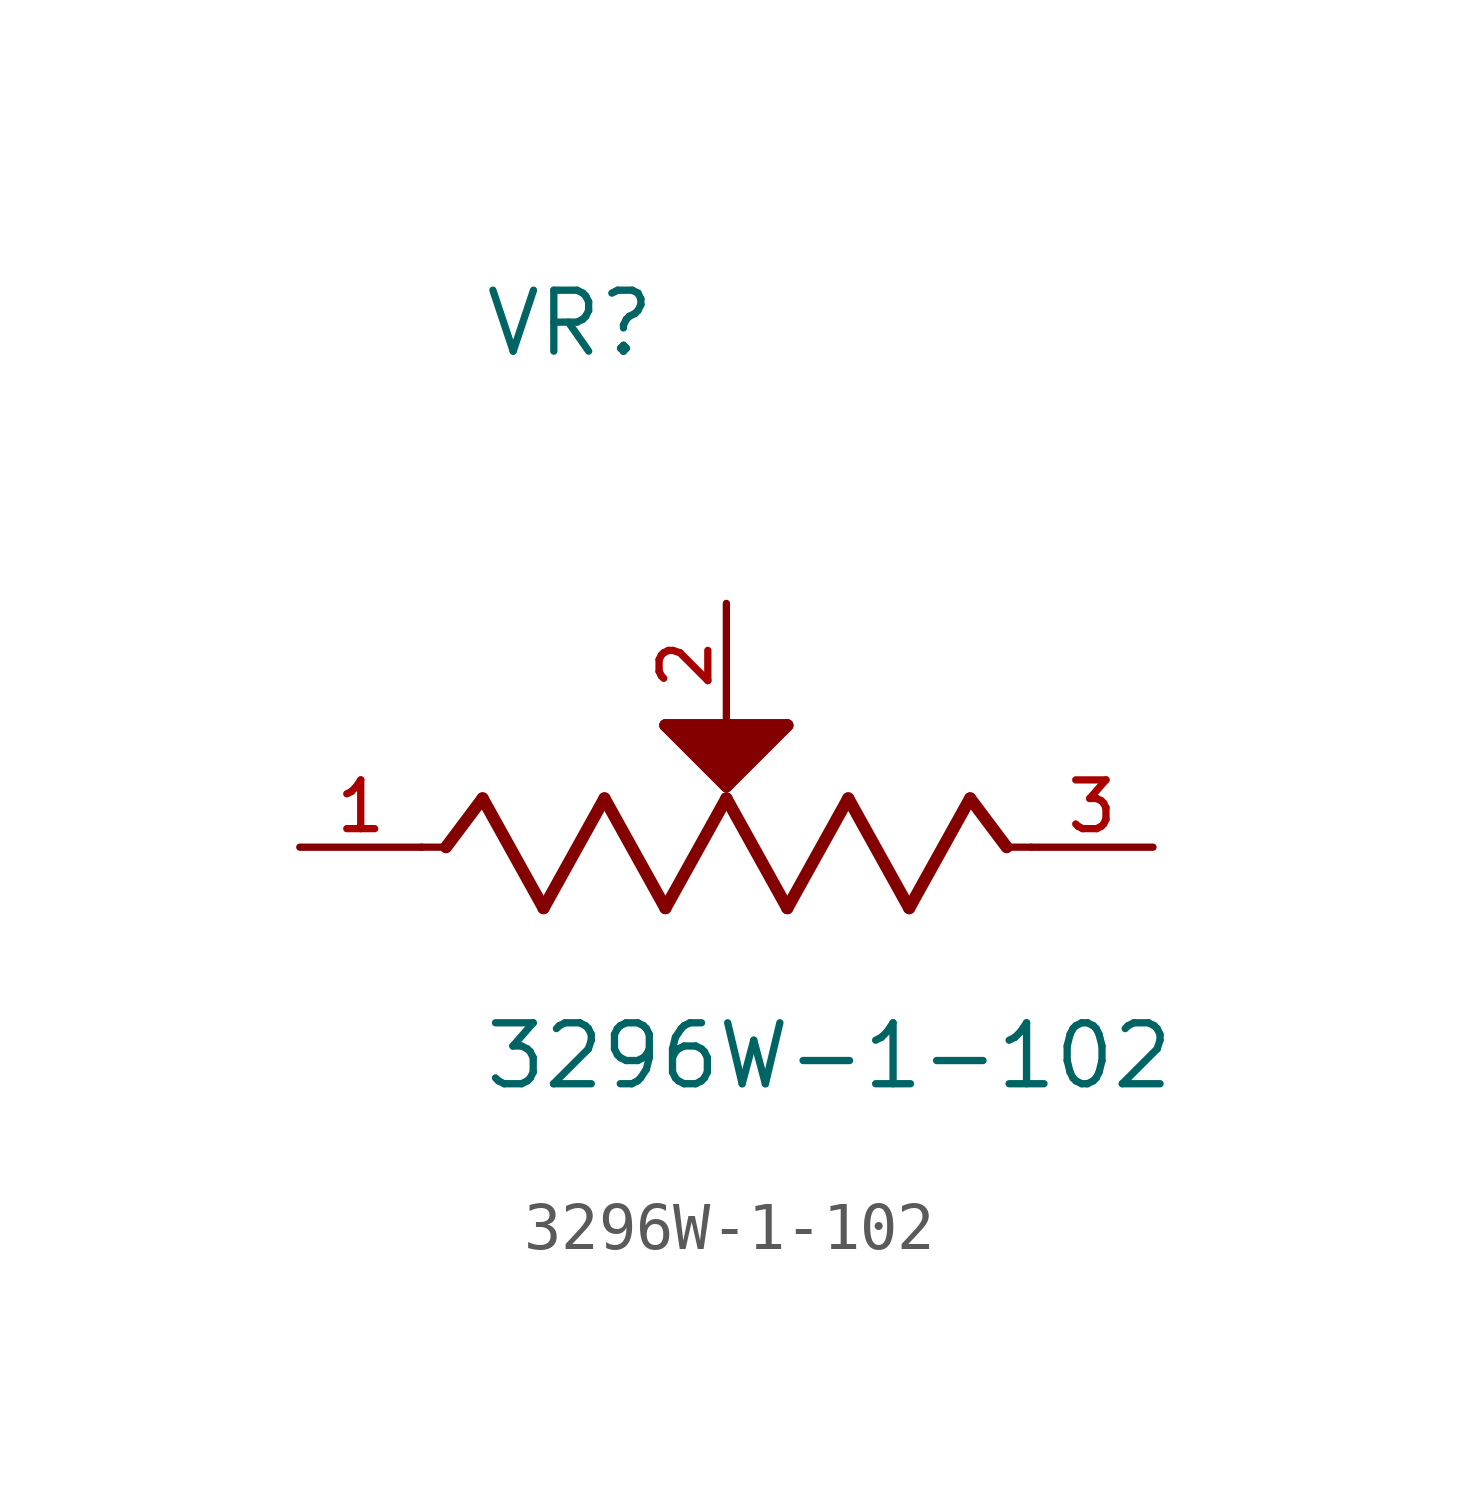
<source format=kicad_sym>
(kicad_symbol_lib
  (version 20211014)
  (generator kicad_symbol_editor)
  (symbol "3296W-1-102"
    (pin_names
      (offset 1.016))
    (property "Reference" "VR"
      (at -5.087 10.174 0)
      (effects (font (size 1.27 1.27)) (justify bottom left)))
    (property "Value" "3296W-1-102"
      (at -5.093 -5.093 0)
      (effects (font (size 1.27 1.27)) (justify bottom left)))
    (symbol "3296W-1-102_0_0"
      (polyline (pts (xy -6.35 0.0) (xy -5.842 0.0)) (stroke (width 0.152)))
      (polyline (pts (xy -5.842 0.0) (xy -5.08 1.016)) (stroke (width 0.254)))
      (polyline (pts (xy -5.08 1.016) (xy -3.81 -1.27)) (stroke (width 0.254)))
      (polyline (pts (xy -3.81 -1.27) (xy -2.54 1.016)) (stroke (width 0.254)))
      (polyline (pts (xy -2.54 1.016) (xy -1.27 -1.27)) (stroke (width 0.254)))
      (polyline (pts (xy -1.27 -1.27) (xy 0.0 1.016)) (stroke (width 0.254)))
      (polyline (pts (xy 0.0 1.016) (xy 1.27 -1.27)) (stroke (width 0.254)))
      (polyline (pts (xy 1.27 -1.27) (xy 2.54 1.016)) (stroke (width 0.254)))
      (polyline (pts (xy 2.54 1.016) (xy 3.81 -1.27)) (stroke (width 0.254)))
      (polyline (pts (xy 3.81 -1.27) (xy 5.08 1.016)) (stroke (width 0.254)))
      (polyline (pts (xy 5.842 0.0) (xy 5.08 1.016)) (stroke (width 0.254)))
      (polyline (pts (xy 5.842 0.0) (xy 6.35 0.0)) (stroke (width 0.152)))
      (polyline (pts (xy 0.0 1.27) (xy -1.27 2.54)) (stroke (width 0.254)))
      (polyline (pts (xy -1.27 2.54) (xy 1.27 2.54)) (stroke (width 0.254)))
      (polyline (pts (xy 1.27 2.54) (xy 0.0 1.27)) (stroke (width 0.254)))
      (polyline (pts (xy -1.27 2.54) (xy 1.27 2.54) (xy 0.0 1.27) (xy -1.27 2.54)) (stroke (width 0.254)) (fill (type outline)))
      (pin passive line (at -8.89 0.0 0) (length 2.54) (name "~" (effects (font (size 1.016 1.016)))) (number "1" (effects (font (size 1.016 1.016)))))
      (pin passive line (at 8.89 0.0 180.0) (length 2.54) (name "~" (effects (font (size 1.016 1.016)))) (number "3" (effects (font (size 1.016 1.016)))))
      (pin passive line (at 0.0 5.08 270.0) (length 2.54) (name "~" (effects (font (size 1.016 1.016)))) (number "2" (effects (font (size 1.016 1.016))))))))
</source>
